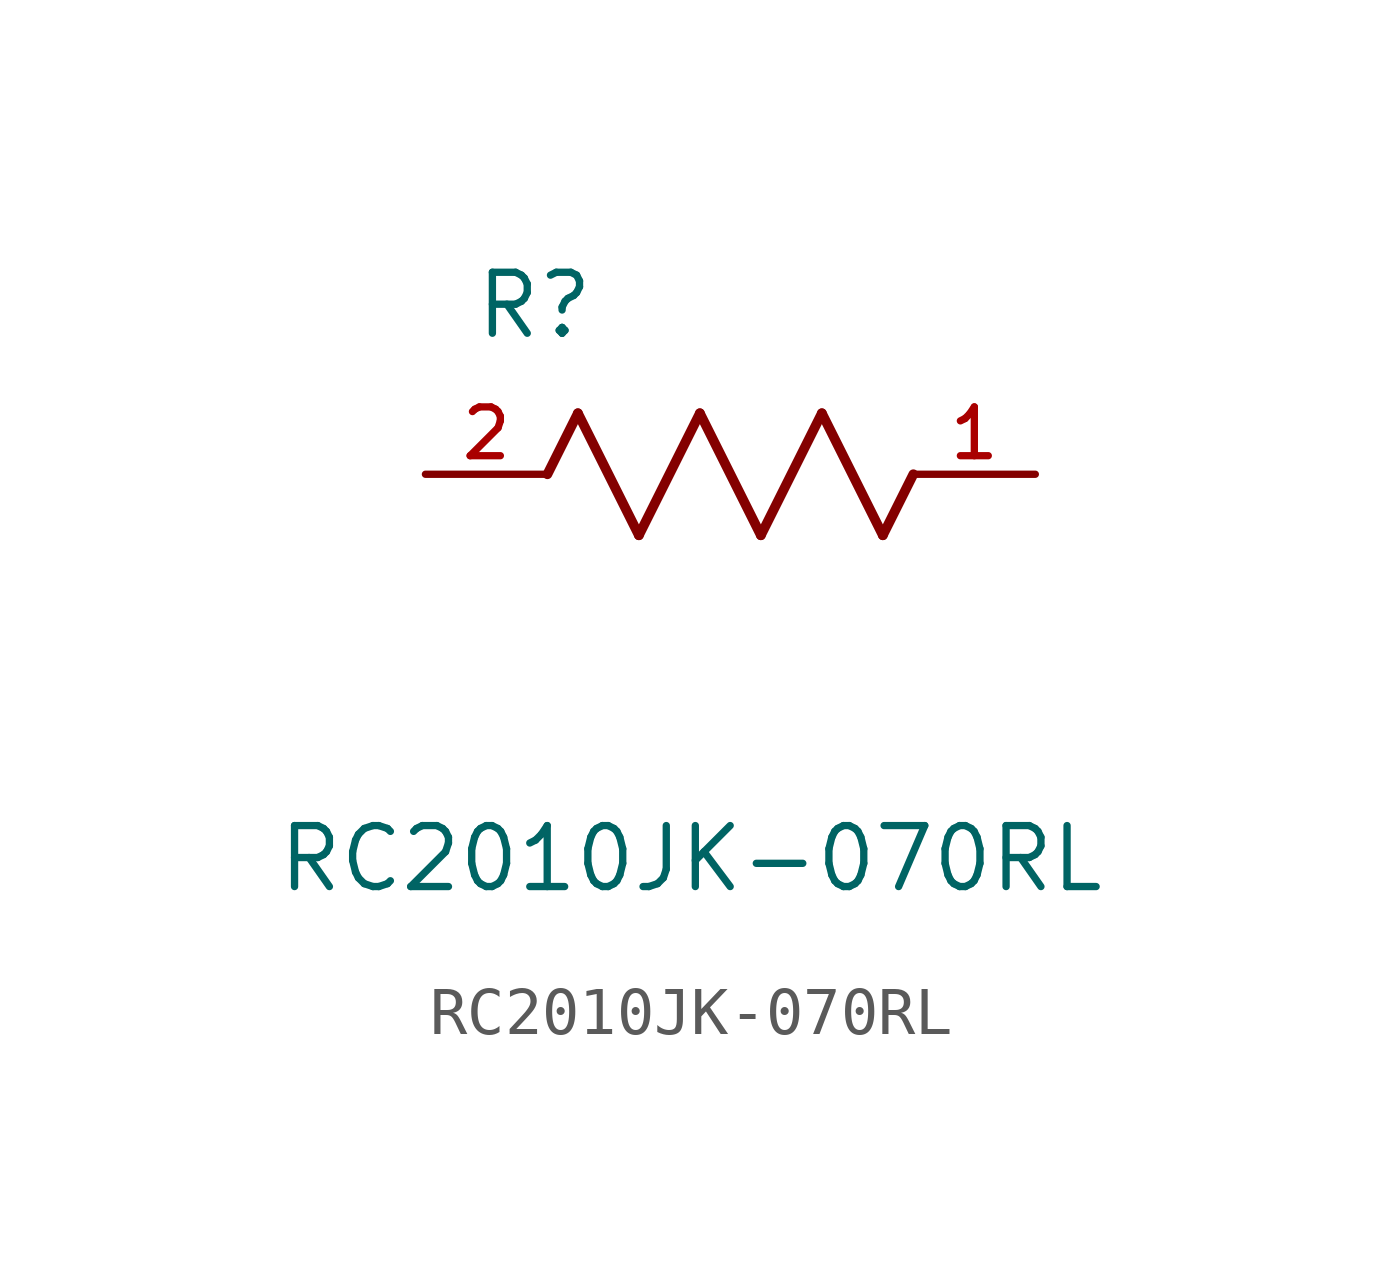
<source format=kicad_sym>
(kicad_symbol_lib
  (version 20211014)
  (generator kicad_symbol_editor)
  (symbol "RC2010JK-070RL"
    (pin_names
      (offset 1.016))
    (property "Reference" "R"
      (at 0.992 2.773 0.0)
      (effects (font (size 1.27 1.27)) (justify bottom left)))
    (property "Value" "RC2010JK-070RL"
      (at -3.128 -8.749 0.0)
      (effects (font (size 1.27 1.27)) (justify bottom left)))
    (symbol "RC2010JK-070RL_0_0"
      (polyline (pts (xy 3.175 1.27) (xy 4.445 -1.27)) (stroke (width 0.203)))
      (polyline (pts (xy 4.445 -1.27) (xy 5.715 1.27)) (stroke (width 0.203)))
      (polyline (pts (xy 5.715 1.27) (xy 6.985 -1.27)) (stroke (width 0.203)))
      (polyline (pts (xy 6.985 -1.27) (xy 8.255 1.27)) (stroke (width 0.203)))
      (polyline (pts (xy 8.255 1.27) (xy 9.525 -1.27)) (stroke (width 0.203)))
      (polyline (pts (xy 2.54 0.0) (xy 3.175 1.27)) (stroke (width 0.203)))
      (polyline (pts (xy 9.525 -1.27) (xy 10.16 0.0)) (stroke (width 0.203)))
      (pin passive line (at 0.0 0.0 0) (length 2.54) (name "~" (effects (font (size 1.016 1.016)))) (number "2" (effects (font (size 1.016 1.016)))))
      (pin passive line (at 12.7 0.0 180.0) (length 2.54) (name "~" (effects (font (size 1.016 1.016)))) (number "1" (effects (font (size 1.016 1.016))))))))
</source>
